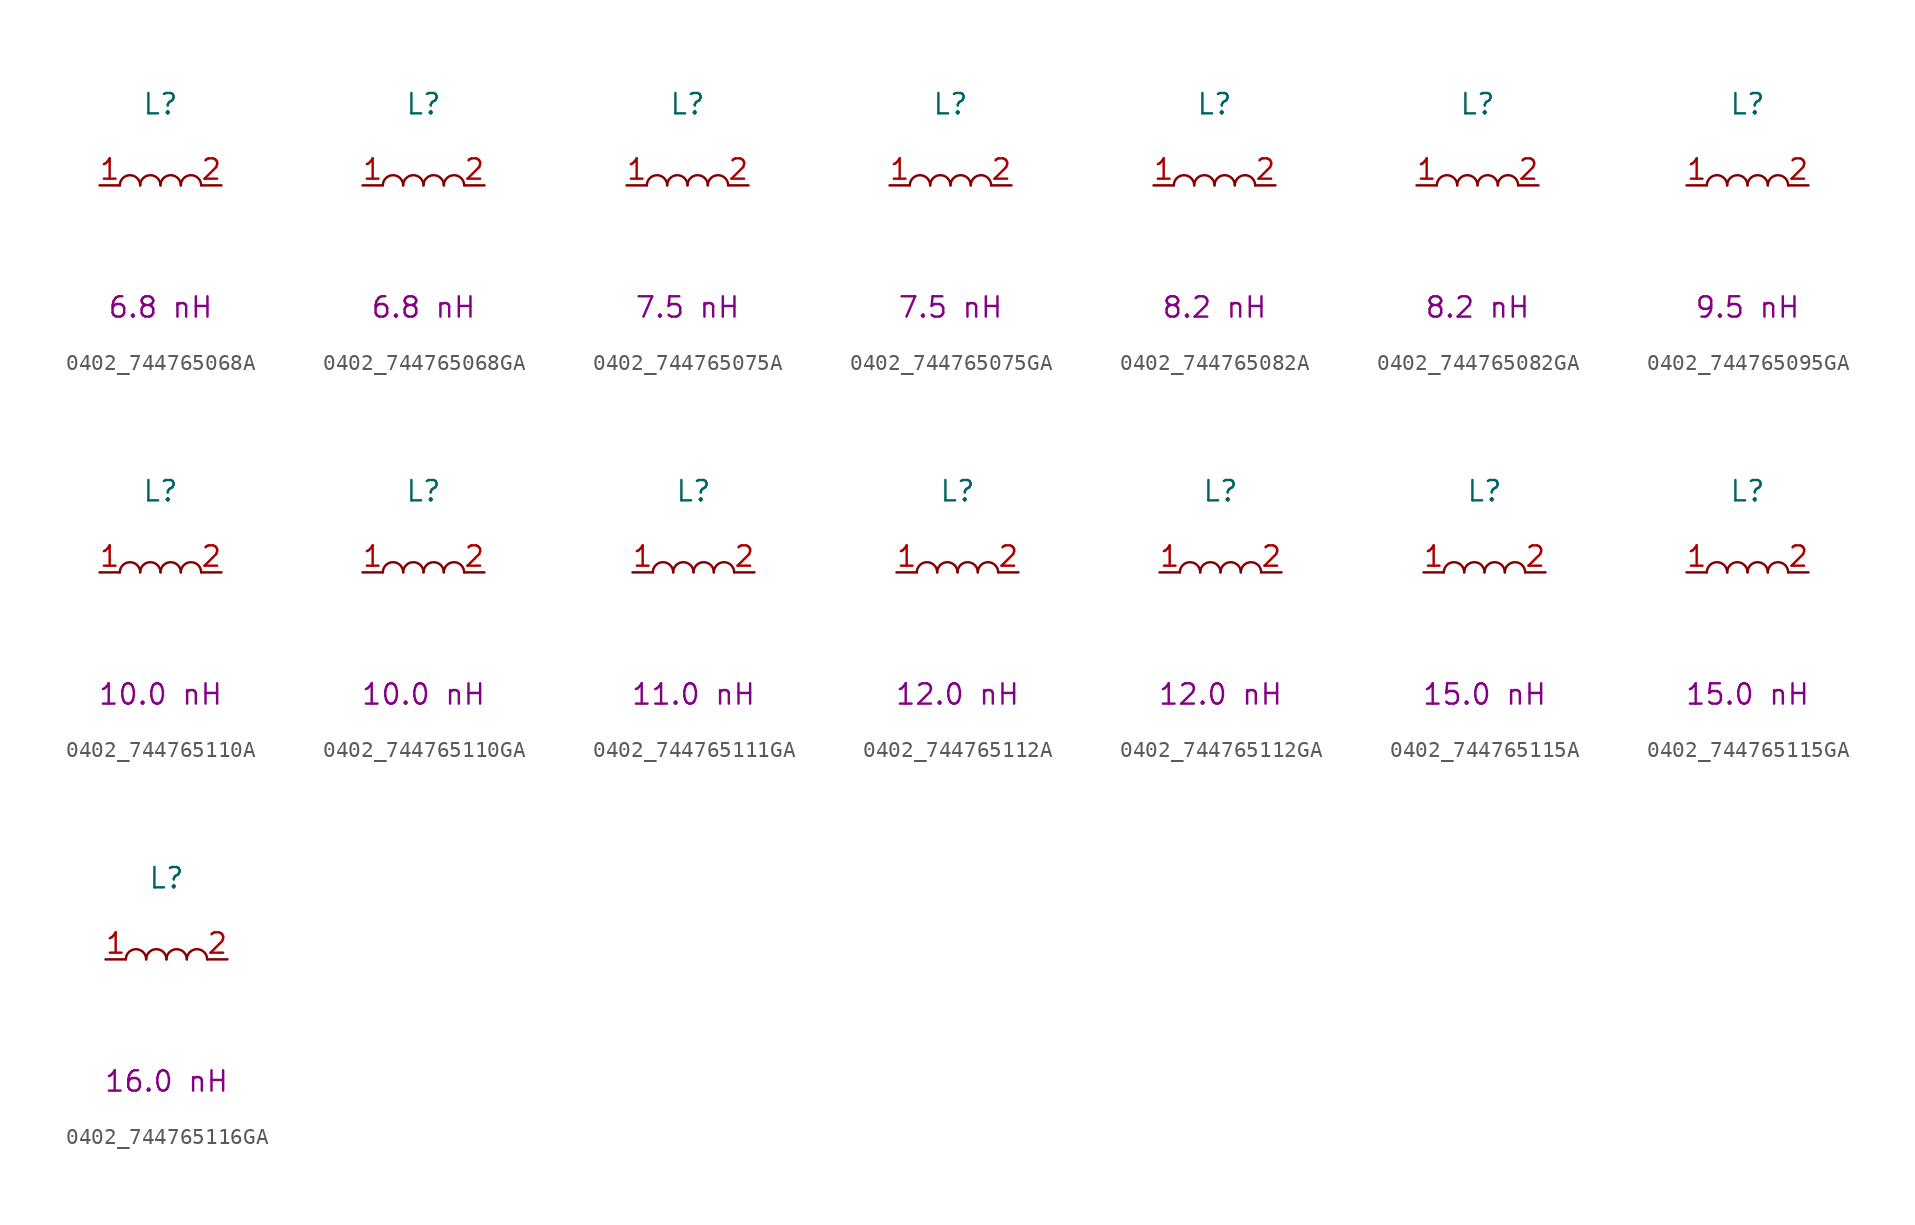
<source format=kicad_sym>
(kicad_symbol_lib
  (version 20220914)
  (generator kicad_symbol_editor)
  (symbol "0402_744765068A"
    (pin_names hide)
    (property "Reference" "L"
      (at 0 5.08 0)
      (effects (font (size 1.27 1.27))))
    (property "Critical Parameter" "6.8 nH"
      (at 0 -7.62 0)
      (effects (font (size 1.27 1.27))))
    (symbol "0402_744765068A_0_1"
      (arc (start -1.27 0) (mid -1.905 0.6323) (end -2.54 0) (stroke (width 0) (type default)) (fill (type none)))
      (arc (start 0 0) (mid -0.635 0.6323) (end -1.27 0) (stroke (width 0) (type default)) (fill (type none)))
      (arc (start 1.27 0) (mid 0.635 0.6323) (end 0 0) (stroke (width 0) (type default)) (fill (type none)))
      (arc (start 2.54 0) (mid 1.905 0.6323) (end 1.27 0) (stroke (width 0) (type default)) (fill (type none))))
    (symbol "0402_744765068A_1_1"
      (pin passive line (at -3.81 0 0) (length 1.27) (name "1" (effects (font (size 1.27 1.27)))) (number "1" (effects (font (size 1.27 1.27)))))
      (pin passive line (at 3.81 0 180) (length 1.27) (name "2" (effects (font (size 1.27 1.27)))) (number "2" (effects (font (size 1.27 1.27)))))))
  (symbol "0402_744765068GA"
    (pin_names hide)
    (property "Reference" "L"
      (at 0 5.08 0)
      (effects (font (size 1.27 1.27))))
    (property "Critical Parameter" "6.8 nH"
      (at 0 -7.62 0)
      (effects (font (size 1.27 1.27))))
    (symbol "0402_744765068GA_0_1"
      (arc (start -1.27 0) (mid -1.905 0.6323) (end -2.54 0) (stroke (width 0) (type default)) (fill (type none)))
      (arc (start 0 0) (mid -0.635 0.6323) (end -1.27 0) (stroke (width 0) (type default)) (fill (type none)))
      (arc (start 1.27 0) (mid 0.635 0.6323) (end 0 0) (stroke (width 0) (type default)) (fill (type none)))
      (arc (start 2.54 0) (mid 1.905 0.6323) (end 1.27 0) (stroke (width 0) (type default)) (fill (type none))))
    (symbol "0402_744765068GA_1_1"
      (pin passive line (at -3.81 0 0) (length 1.27) (name "1" (effects (font (size 1.27 1.27)))) (number "1" (effects (font (size 1.27 1.27)))))
      (pin passive line (at 3.81 0 180) (length 1.27) (name "2" (effects (font (size 1.27 1.27)))) (number "2" (effects (font (size 1.27 1.27)))))))
  (symbol "0402_744765075A"
    (pin_names hide)
    (property "Reference" "L"
      (at 0 5.08 0)
      (effects (font (size 1.27 1.27))))
    (property "Critical Parameter" "7.5 nH"
      (at 0 -7.62 0)
      (effects (font (size 1.27 1.27))))
    (symbol "0402_744765075A_0_1"
      (arc (start -1.27 0) (mid -1.905 0.6323) (end -2.54 0) (stroke (width 0) (type default)) (fill (type none)))
      (arc (start 0 0) (mid -0.635 0.6323) (end -1.27 0) (stroke (width 0) (type default)) (fill (type none)))
      (arc (start 1.27 0) (mid 0.635 0.6323) (end 0 0) (stroke (width 0) (type default)) (fill (type none)))
      (arc (start 2.54 0) (mid 1.905 0.6323) (end 1.27 0) (stroke (width 0) (type default)) (fill (type none))))
    (symbol "0402_744765075A_1_1"
      (pin passive line (at -3.81 0 0) (length 1.27) (name "1" (effects (font (size 1.27 1.27)))) (number "1" (effects (font (size 1.27 1.27)))))
      (pin passive line (at 3.81 0 180) (length 1.27) (name "2" (effects (font (size 1.27 1.27)))) (number "2" (effects (font (size 1.27 1.27)))))))
  (symbol "0402_744765075GA"
    (pin_names hide)
    (property "Reference" "L"
      (at 0 5.08 0)
      (effects (font (size 1.27 1.27))))
    (property "Critical Parameter" "7.5 nH"
      (at 0 -7.62 0)
      (effects (font (size 1.27 1.27))))
    (symbol "0402_744765075GA_0_1"
      (arc (start -1.27 0) (mid -1.905 0.6323) (end -2.54 0) (stroke (width 0) (type default)) (fill (type none)))
      (arc (start 0 0) (mid -0.635 0.6323) (end -1.27 0) (stroke (width 0) (type default)) (fill (type none)))
      (arc (start 1.27 0) (mid 0.635 0.6323) (end 0 0) (stroke (width 0) (type default)) (fill (type none)))
      (arc (start 2.54 0) (mid 1.905 0.6323) (end 1.27 0) (stroke (width 0) (type default)) (fill (type none))))
    (symbol "0402_744765075GA_1_1"
      (pin passive line (at -3.81 0 0) (length 1.27) (name "1" (effects (font (size 1.27 1.27)))) (number "1" (effects (font (size 1.27 1.27)))))
      (pin passive line (at 3.81 0 180) (length 1.27) (name "2" (effects (font (size 1.27 1.27)))) (number "2" (effects (font (size 1.27 1.27)))))))
  (symbol "0402_744765082A"
    (pin_names hide)
    (property "Reference" "L"
      (at 0 5.08 0)
      (effects (font (size 1.27 1.27))))
    (property "Critical Parameter" "8.2 nH"
      (at 0 -7.62 0)
      (effects (font (size 1.27 1.27))))
    (symbol "0402_744765082A_0_1"
      (arc (start -1.27 0) (mid -1.905 0.6323) (end -2.54 0) (stroke (width 0) (type default)) (fill (type none)))
      (arc (start 0 0) (mid -0.635 0.6323) (end -1.27 0) (stroke (width 0) (type default)) (fill (type none)))
      (arc (start 1.27 0) (mid 0.635 0.6323) (end 0 0) (stroke (width 0) (type default)) (fill (type none)))
      (arc (start 2.54 0) (mid 1.905 0.6323) (end 1.27 0) (stroke (width 0) (type default)) (fill (type none))))
    (symbol "0402_744765082A_1_1"
      (pin passive line (at -3.81 0 0) (length 1.27) (name "1" (effects (font (size 1.27 1.27)))) (number "1" (effects (font (size 1.27 1.27)))))
      (pin passive line (at 3.81 0 180) (length 1.27) (name "2" (effects (font (size 1.27 1.27)))) (number "2" (effects (font (size 1.27 1.27)))))))
  (symbol "0402_744765082GA"
    (pin_names hide)
    (property "Reference" "L"
      (at 0 5.08 0)
      (effects (font (size 1.27 1.27))))
    (property "Critical Parameter" "8.2 nH"
      (at 0 -7.62 0)
      (effects (font (size 1.27 1.27))))
    (symbol "0402_744765082GA_0_1"
      (arc (start -1.27 0) (mid -1.905 0.6323) (end -2.54 0) (stroke (width 0) (type default)) (fill (type none)))
      (arc (start 0 0) (mid -0.635 0.6323) (end -1.27 0) (stroke (width 0) (type default)) (fill (type none)))
      (arc (start 1.27 0) (mid 0.635 0.6323) (end 0 0) (stroke (width 0) (type default)) (fill (type none)))
      (arc (start 2.54 0) (mid 1.905 0.6323) (end 1.27 0) (stroke (width 0) (type default)) (fill (type none))))
    (symbol "0402_744765082GA_1_1"
      (pin passive line (at -3.81 0 0) (length 1.27) (name "1" (effects (font (size 1.27 1.27)))) (number "1" (effects (font (size 1.27 1.27)))))
      (pin passive line (at 3.81 0 180) (length 1.27) (name "2" (effects (font (size 1.27 1.27)))) (number "2" (effects (font (size 1.27 1.27)))))))
  (symbol "0402_744765095GA"
    (pin_names hide)
    (property "Reference" "L"
      (at 0 5.08 0)
      (effects (font (size 1.27 1.27))))
    (property "Critical Parameter" "9.5 nH"
      (at 0 -7.62 0)
      (effects (font (size 1.27 1.27))))
    (symbol "0402_744765095GA_0_1"
      (arc (start -1.27 0) (mid -1.905 0.6323) (end -2.54 0) (stroke (width 0) (type default)) (fill (type none)))
      (arc (start 0 0) (mid -0.635 0.6323) (end -1.27 0) (stroke (width 0) (type default)) (fill (type none)))
      (arc (start 1.27 0) (mid 0.635 0.6323) (end 0 0) (stroke (width 0) (type default)) (fill (type none)))
      (arc (start 2.54 0) (mid 1.905 0.6323) (end 1.27 0) (stroke (width 0) (type default)) (fill (type none))))
    (symbol "0402_744765095GA_1_1"
      (pin passive line (at -3.81 0 0) (length 1.27) (name "1" (effects (font (size 1.27 1.27)))) (number "1" (effects (font (size 1.27 1.27)))))
      (pin passive line (at 3.81 0 180) (length 1.27) (name "2" (effects (font (size 1.27 1.27)))) (number "2" (effects (font (size 1.27 1.27)))))))
  (symbol "0402_744765110A"
    (pin_names hide)
    (property "Reference" "L"
      (at 0 5.08 0)
      (effects (font (size 1.27 1.27))))
    (property "Critical Parameter" "10.0 nH"
      (at 0 -7.62 0)
      (effects (font (size 1.27 1.27))))
    (symbol "0402_744765110A_0_1"
      (arc (start -1.27 0) (mid -1.905 0.6323) (end -2.54 0) (stroke (width 0) (type default)) (fill (type none)))
      (arc (start 0 0) (mid -0.635 0.6323) (end -1.27 0) (stroke (width 0) (type default)) (fill (type none)))
      (arc (start 1.27 0) (mid 0.635 0.6323) (end 0 0) (stroke (width 0) (type default)) (fill (type none)))
      (arc (start 2.54 0) (mid 1.905 0.6323) (end 1.27 0) (stroke (width 0) (type default)) (fill (type none))))
    (symbol "0402_744765110A_1_1"
      (pin passive line (at -3.81 0 0) (length 1.27) (name "1" (effects (font (size 1.27 1.27)))) (number "1" (effects (font (size 1.27 1.27)))))
      (pin passive line (at 3.81 0 180) (length 1.27) (name "2" (effects (font (size 1.27 1.27)))) (number "2" (effects (font (size 1.27 1.27)))))))
  (symbol "0402_744765110GA"
    (pin_names hide)
    (property "Reference" "L"
      (at 0 5.08 0)
      (effects (font (size 1.27 1.27))))
    (property "Critical Parameter" "10.0 nH"
      (at 0 -7.62 0)
      (effects (font (size 1.27 1.27))))
    (symbol "0402_744765110GA_0_1"
      (arc (start -1.27 0) (mid -1.905 0.6323) (end -2.54 0) (stroke (width 0) (type default)) (fill (type none)))
      (arc (start 0 0) (mid -0.635 0.6323) (end -1.27 0) (stroke (width 0) (type default)) (fill (type none)))
      (arc (start 1.27 0) (mid 0.635 0.6323) (end 0 0) (stroke (width 0) (type default)) (fill (type none)))
      (arc (start 2.54 0) (mid 1.905 0.6323) (end 1.27 0) (stroke (width 0) (type default)) (fill (type none))))
    (symbol "0402_744765110GA_1_1"
      (pin passive line (at -3.81 0 0) (length 1.27) (name "1" (effects (font (size 1.27 1.27)))) (number "1" (effects (font (size 1.27 1.27)))))
      (pin passive line (at 3.81 0 180) (length 1.27) (name "2" (effects (font (size 1.27 1.27)))) (number "2" (effects (font (size 1.27 1.27)))))))
  (symbol "0402_744765111GA"
    (pin_names hide)
    (property "Reference" "L"
      (at 0 5.08 0)
      (effects (font (size 1.27 1.27))))
    (property "Critical Parameter" "11.0 nH"
      (at 0 -7.62 0)
      (effects (font (size 1.27 1.27))))
    (symbol "0402_744765111GA_0_1"
      (arc (start -1.27 0) (mid -1.905 0.6323) (end -2.54 0) (stroke (width 0) (type default)) (fill (type none)))
      (arc (start 0 0) (mid -0.635 0.6323) (end -1.27 0) (stroke (width 0) (type default)) (fill (type none)))
      (arc (start 1.27 0) (mid 0.635 0.6323) (end 0 0) (stroke (width 0) (type default)) (fill (type none)))
      (arc (start 2.54 0) (mid 1.905 0.6323) (end 1.27 0) (stroke (width 0) (type default)) (fill (type none))))
    (symbol "0402_744765111GA_1_1"
      (pin passive line (at -3.81 0 0) (length 1.27) (name "1" (effects (font (size 1.27 1.27)))) (number "1" (effects (font (size 1.27 1.27)))))
      (pin passive line (at 3.81 0 180) (length 1.27) (name "2" (effects (font (size 1.27 1.27)))) (number "2" (effects (font (size 1.27 1.27)))))))
  (symbol "0402_744765112A"
    (pin_names hide)
    (property "Reference" "L"
      (at 0 5.08 0)
      (effects (font (size 1.27 1.27))))
    (property "Critical Parameter" "12.0 nH"
      (at 0 -7.62 0)
      (effects (font (size 1.27 1.27))))
    (symbol "0402_744765112A_0_1"
      (arc (start -1.27 0) (mid -1.905 0.6323) (end -2.54 0) (stroke (width 0) (type default)) (fill (type none)))
      (arc (start 0 0) (mid -0.635 0.6323) (end -1.27 0) (stroke (width 0) (type default)) (fill (type none)))
      (arc (start 1.27 0) (mid 0.635 0.6323) (end 0 0) (stroke (width 0) (type default)) (fill (type none)))
      (arc (start 2.54 0) (mid 1.905 0.6323) (end 1.27 0) (stroke (width 0) (type default)) (fill (type none))))
    (symbol "0402_744765112A_1_1"
      (pin passive line (at -3.81 0 0) (length 1.27) (name "1" (effects (font (size 1.27 1.27)))) (number "1" (effects (font (size 1.27 1.27)))))
      (pin passive line (at 3.81 0 180) (length 1.27) (name "2" (effects (font (size 1.27 1.27)))) (number "2" (effects (font (size 1.27 1.27)))))))
  (symbol "0402_744765112GA"
    (pin_names hide)
    (property "Reference" "L"
      (at 0 5.08 0)
      (effects (font (size 1.27 1.27))))
    (property "Critical Parameter" "12.0 nH"
      (at 0 -7.62 0)
      (effects (font (size 1.27 1.27))))
    (symbol "0402_744765112GA_0_1"
      (arc (start -1.27 0) (mid -1.905 0.6323) (end -2.54 0) (stroke (width 0) (type default)) (fill (type none)))
      (arc (start 0 0) (mid -0.635 0.6323) (end -1.27 0) (stroke (width 0) (type default)) (fill (type none)))
      (arc (start 1.27 0) (mid 0.635 0.6323) (end 0 0) (stroke (width 0) (type default)) (fill (type none)))
      (arc (start 2.54 0) (mid 1.905 0.6323) (end 1.27 0) (stroke (width 0) (type default)) (fill (type none))))
    (symbol "0402_744765112GA_1_1"
      (pin passive line (at -3.81 0 0) (length 1.27) (name "1" (effects (font (size 1.27 1.27)))) (number "1" (effects (font (size 1.27 1.27)))))
      (pin passive line (at 3.81 0 180) (length 1.27) (name "2" (effects (font (size 1.27 1.27)))) (number "2" (effects (font (size 1.27 1.27)))))))
  (symbol "0402_744765115A"
    (pin_names hide)
    (property "Reference" "L"
      (at 0 5.08 0)
      (effects (font (size 1.27 1.27))))
    (property "Critical Parameter" "15.0 nH"
      (at 0 -7.62 0)
      (effects (font (size 1.27 1.27))))
    (symbol "0402_744765115A_0_1"
      (arc (start -1.27 0) (mid -1.905 0.6323) (end -2.54 0) (stroke (width 0) (type default)) (fill (type none)))
      (arc (start 0 0) (mid -0.635 0.6323) (end -1.27 0) (stroke (width 0) (type default)) (fill (type none)))
      (arc (start 1.27 0) (mid 0.635 0.6323) (end 0 0) (stroke (width 0) (type default)) (fill (type none)))
      (arc (start 2.54 0) (mid 1.905 0.6323) (end 1.27 0) (stroke (width 0) (type default)) (fill (type none))))
    (symbol "0402_744765115A_1_1"
      (pin passive line (at -3.81 0 0) (length 1.27) (name "1" (effects (font (size 1.27 1.27)))) (number "1" (effects (font (size 1.27 1.27)))))
      (pin passive line (at 3.81 0 180) (length 1.27) (name "2" (effects (font (size 1.27 1.27)))) (number "2" (effects (font (size 1.27 1.27)))))))
  (symbol "0402_744765115GA"
    (pin_names hide)
    (property "Reference" "L"
      (at 0 5.08 0)
      (effects (font (size 1.27 1.27))))
    (property "Critical Parameter" "15.0 nH"
      (at 0 -7.62 0)
      (effects (font (size 1.27 1.27))))
    (symbol "0402_744765115GA_0_1"
      (arc (start -1.27 0) (mid -1.905 0.6323) (end -2.54 0) (stroke (width 0) (type default)) (fill (type none)))
      (arc (start 0 0) (mid -0.635 0.6323) (end -1.27 0) (stroke (width 0) (type default)) (fill (type none)))
      (arc (start 1.27 0) (mid 0.635 0.6323) (end 0 0) (stroke (width 0) (type default)) (fill (type none)))
      (arc (start 2.54 0) (mid 1.905 0.6323) (end 1.27 0) (stroke (width 0) (type default)) (fill (type none))))
    (symbol "0402_744765115GA_1_1"
      (pin passive line (at -3.81 0 0) (length 1.27) (name "1" (effects (font (size 1.27 1.27)))) (number "1" (effects (font (size 1.27 1.27)))))
      (pin passive line (at 3.81 0 180) (length 1.27) (name "2" (effects (font (size 1.27 1.27)))) (number "2" (effects (font (size 1.27 1.27)))))))
  (symbol "0402_744765116GA"
    (pin_names hide)
    (property "Reference" "L"
      (at 0 5.08 0)
      (effects (font (size 1.27 1.27))))
    (property "Critical Parameter" "16.0 nH"
      (at 0 -7.62 0)
      (effects (font (size 1.27 1.27))))
    (symbol "0402_744765116GA_0_1"
      (arc (start -1.27 0) (mid -1.905 0.6323) (end -2.54 0) (stroke (width 0) (type default)) (fill (type none)))
      (arc (start 0 0) (mid -0.635 0.6323) (end -1.27 0) (stroke (width 0) (type default)) (fill (type none)))
      (arc (start 1.27 0) (mid 0.635 0.6323) (end 0 0) (stroke (width 0) (type default)) (fill (type none)))
      (arc (start 2.54 0) (mid 1.905 0.6323) (end 1.27 0) (stroke (width 0) (type default)) (fill (type none))))
    (symbol "0402_744765116GA_1_1"
      (pin passive line (at -3.81 0 0) (length 1.27) (name "1" (effects (font (size 1.27 1.27)))) (number "1" (effects (font (size 1.27 1.27)))))
      (pin passive line (at 3.81 0 180) (length 1.27) (name "2" (effects (font (size 1.27 1.27)))) (number "2" (effects (font (size 1.27 1.27))))))))
</source>
